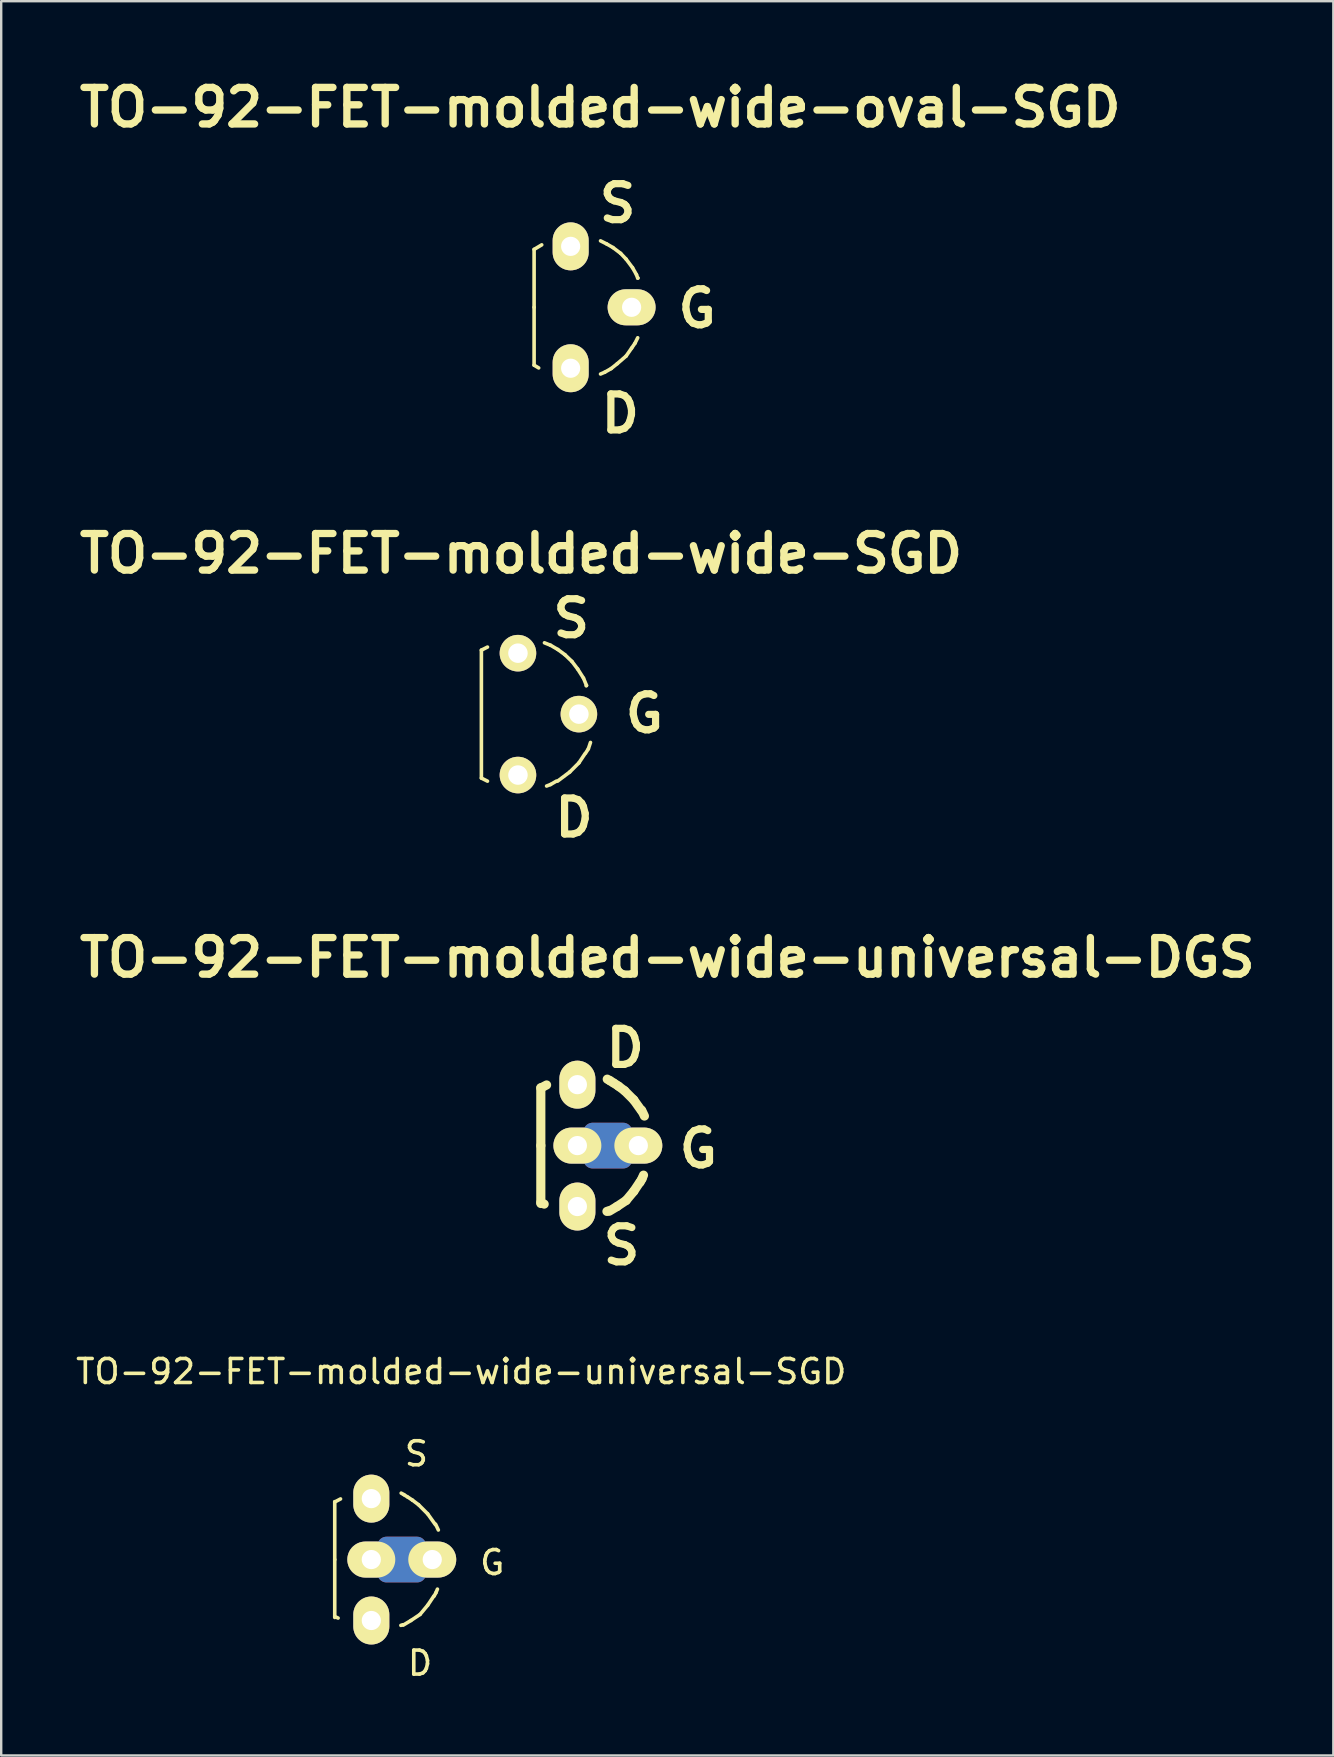
<source format=kicad_pcb>
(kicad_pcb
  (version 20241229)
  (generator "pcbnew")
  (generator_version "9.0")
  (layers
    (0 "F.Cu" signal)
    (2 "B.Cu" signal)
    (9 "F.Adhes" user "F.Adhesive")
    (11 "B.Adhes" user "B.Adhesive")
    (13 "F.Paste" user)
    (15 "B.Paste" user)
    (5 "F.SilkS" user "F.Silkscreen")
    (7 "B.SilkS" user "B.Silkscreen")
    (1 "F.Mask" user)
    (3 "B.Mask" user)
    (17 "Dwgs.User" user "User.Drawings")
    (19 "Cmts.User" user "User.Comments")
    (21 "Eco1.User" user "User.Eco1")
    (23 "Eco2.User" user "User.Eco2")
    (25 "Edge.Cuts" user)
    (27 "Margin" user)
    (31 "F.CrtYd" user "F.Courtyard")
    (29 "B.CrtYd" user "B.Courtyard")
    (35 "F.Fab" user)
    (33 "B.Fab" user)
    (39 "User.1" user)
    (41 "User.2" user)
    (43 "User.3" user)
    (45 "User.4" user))
  (footprint "TO-92-FET-molded-wide-SGD"
    (layer "F.Cu")
    (at 18.538 26.714)
    (property "Reference" "TO-92-FET-molded-wide-SGD" (at 0.127 -6.693 0) (layer "F.SilkS") (effects (font (size 1.524 1.524) (thickness 0.305))))
    (attr through_hole)
    (fp_line (start -1.524 -2.667) (end -1.524 2.667) (stroke (width 0.15) (type solid)) (layer "F.SilkS"))
    (fp_line (start -1.524 -2.667) (end -1.27 -2.794) (stroke (width 0.15) (type solid)) (layer "F.SilkS"))
    (fp_line (start -1.27 2.794) (end -1.524 2.667) (stroke (width 0.15) (type solid)) (layer "F.SilkS"))
    (fp_line (start 1.105 -2.972) (end 1.359 -2.87) (stroke (width 0.15) (type solid)) (layer "F.SilkS"))
    (fp_line (start 1.359 -2.87) (end 1.664 -2.692) (stroke (width 0.15) (type solid)) (layer "F.SilkS"))
    (fp_line (start 1.359 2.934) (end 1.194 2.997) (stroke (width 0.15) (type solid)) (layer "F.SilkS"))
    (fp_line (start 1.6 2.794) (end 1.359 2.934) (stroke (width 0.15) (type solid)) (layer "F.SilkS"))
    (fp_line (start 1.664 -2.692) (end 1.956 -2.477) (stroke (width 0.15) (type solid)) (layer "F.SilkS"))
    (fp_line (start 1.956 -2.477) (end 2.248 -2.197) (stroke (width 0.15) (type solid)) (layer "F.SilkS"))
    (fp_line (start 2.159 2.413) (end 1.651 2.794) (stroke (width 0.15) (type solid)) (layer "F.SilkS"))
    (fp_line (start 2.248 -2.197) (end 2.489 -1.88) (stroke (width 0.15) (type solid)) (layer "F.SilkS"))
    (fp_line (start 2.489 -1.88) (end 2.731 -1.499) (stroke (width 0.15) (type solid)) (layer "F.SilkS"))
    (fp_line (start 2.54 2.032) (end 2.159 2.413) (stroke (width 0.15) (type solid)) (layer "F.SilkS"))
    (fp_line (start 2.731 -1.499) (end 2.857 -1.194) (stroke (width 0.15) (type solid)) (layer "F.SilkS"))
    (fp_line (start 2.794 1.651) (end 2.54 2.032) (stroke (width 0.15) (type solid)) (layer "F.SilkS"))
    (fp_line (start 2.819 1.626) (end 2.934 1.448) (stroke (width 0.15) (type solid)) (layer "F.SilkS"))
    (fp_line (start 2.857 -1.194) (end 2.845 -1.181) (stroke (width 0.15) (type solid)) (layer "F.SilkS"))
    (fp_line (start 2.934 1.448) (end 3.023 1.181) (stroke (width 0.15) (type solid)) (layer "F.SilkS"))
    (fp_text user "S" (at 2.223 -3.988 0) (layer "F.SilkS") (effects (font (size 1.501 1.501) (thickness 0.3))))
    (fp_text user "G" (at 5.271 -0.025 0) (layer "F.SilkS") (effects (font (size 1.501 1.501) (thickness 0.3))))
    (fp_text user "D" (at 2.337 4.318 0) (layer "F.SilkS") (effects (font (size 1.501 1.501) (thickness 0.3))))
    (pad "D" thru_hole circle (at 0 2.54) (size 1.524 1.524) (drill 0.813) (layers "*.Cu" "*.Mask" "F.SilkS"))
    (pad "G" thru_hole circle (at 2.54 0) (size 1.524 1.524) (drill 0.813) (layers "*.Cu" "*.Mask" "F.SilkS"))
    (pad "S" thru_hole circle (at 0 -2.54) (size 1.524 1.524) (drill 0.813) (layers "*.Cu" "*.Mask" "F.SilkS")))
  (footprint "TO-92-FET-molded-wide-universal-DGS"
    (layer "F.Cu")
    (at 21.015 44.698)
    (property "Reference" "TO-92-FET-molded-wide-universal-DGS" (at 3.747 -7.836 0) (layer "F.SilkS") (effects (font (size 1.524 1.524) (thickness 0.305))))
    (attr through_hole)
    (fp_line (start 0.635 -0.572) (end 1.905 -0.572) (stroke (width 0.762) (type solid)) (layer "F.Cu"))
    (fp_line (start 0.635 0.572) (end 1.905 0.572) (stroke (width 0.762) (type solid)) (layer "F.Cu"))
    (fp_line (start 0.889 0) (end 1.524 0) (stroke (width 0.762) (type solid)) (layer "F.Cu"))
    (fp_line (start 0.635 -0.572) (end 1.905 -0.572) (stroke (width 0.762) (type solid)) (layer "B.Cu"))
    (fp_line (start 0.635 0.572) (end 1.905 0.572) (stroke (width 0.762) (type solid)) (layer "B.Cu"))
    (fp_line (start 0.889 0) (end 1.524 0) (stroke (width 0.762) (type solid)) (layer "B.Cu"))
    (fp_line (start -1.524 -2.4) (end -1.283 -2.527) (stroke (width 0.381) (type solid)) (layer "F.SilkS"))
    (fp_line (start -1.524 0) (end -1.524 -2.413) (stroke (width 0.381) (type solid)) (layer "F.SilkS"))
    (fp_line (start -1.524 0) (end -1.524 2.413) (stroke (width 0.381) (type solid)) (layer "F.SilkS"))
    (fp_line (start -1.524 2.375) (end -1.384 2.438) (stroke (width 0.381) (type solid)) (layer "F.SilkS"))
    (fp_line (start 1.308 2.718) (end 1.232 2.743) (stroke (width 0.381) (type solid)) (layer "F.SilkS"))
    (fp_line (start 1.359 -2.705) (end 1.245 -2.769) (stroke (width 0.381) (type solid)) (layer "F.SilkS"))
    (fp_line (start 1.499 -2.616) (end 1.359 -2.705) (stroke (width 0.381) (type solid)) (layer "F.SilkS"))
    (fp_line (start 1.524 -2.603) (end 1.714 -2.477) (stroke (width 0.381) (type solid)) (layer "F.SilkS"))
    (fp_line (start 1.651 2.54) (end 1.333 2.731) (stroke (width 0.381) (type solid)) (layer "F.SilkS"))
    (fp_line (start 1.714 -2.477) (end 1.968 -2.286) (stroke (width 0.381) (type solid)) (layer "F.SilkS"))
    (fp_line (start 1.968 -2.286) (end 2.349 -1.905) (stroke (width 0.381) (type solid)) (layer "F.SilkS"))
    (fp_line (start 2.032 2.286) (end 1.651 2.54) (stroke (width 0.381) (type solid)) (layer "F.SilkS"))
    (fp_line (start 2.349 -1.905) (end 2.667 -1.46) (stroke (width 0.381) (type solid)) (layer "F.SilkS"))
    (fp_line (start 2.349 1.905) (end 2.032 2.286) (stroke (width 0.381) (type solid)) (layer "F.SilkS"))
    (fp_line (start 2.603 1.524) (end 2.349 1.905) (stroke (width 0.381) (type solid)) (layer "F.SilkS"))
    (fp_line (start 2.616 1.524) (end 2.692 1.384) (stroke (width 0.381) (type solid)) (layer "F.SilkS"))
    (fp_line (start 2.68 -1.473) (end 2.794 -1.232) (stroke (width 0.381) (type solid)) (layer "F.SilkS"))
    (fp_line (start 2.692 1.384) (end 2.756 1.232) (stroke (width 0.381) (type solid)) (layer "F.SilkS"))
    (fp_text user "G" (at 5.042 0.127 0) (layer "F.SilkS") (effects (font (size 1.501 1.501) (thickness 0.3))))
    (fp_text user "D" (at 1.994 -4.064 0) (layer "F.SilkS") (effects (font (size 1.501 1.501) (thickness 0.3))))
    (fp_text user "S" (at 1.841 4.166 0) (layer "F.SilkS") (effects (font (size 1.501 1.501) (thickness 0.3))))
    (pad "D" thru_hole oval (at 0 -2.54) (size 1.501 1.999) (drill 0.8) (layers "*.Cu" "*.Mask" "F.SilkS"))
    (pad "G" thru_hole oval (at 0 0 90) (size 1.501 1.999) (drill 0.8) (layers "*.Cu" "*.Mask" "F.SilkS"))
    (pad "G" thru_hole oval (at 2.54 0) (size 1.999 1.501) (drill 0.8) (layers "*.Cu" "*.Mask" "F.SilkS" "F.Paste"))
    (pad "S" thru_hole oval (at 0 2.54) (size 1.501 1.999) (drill 0.8) (layers "*.Cu" "*.Mask" "F.SilkS")))
  (footprint "TO-92-FET-molded-wide-universal-SGD"
    (layer "F.Cu")
    (at 12.426 61.952)
    (property "Reference" "TO-92-FET-molded-wide-universal-SGD" (at 3.747 -7.836 0) (layer "F.SilkS") (effects (font (size 1 1) (thickness 0.15))))
    (attr through_hole)
    (fp_line (start 0.635 -0.572) (end 1.905 -0.572) (stroke (width 0.762) (type solid)) (layer "F.Cu"))
    (fp_line (start 0.635 0.572) (end 1.905 0.572) (stroke (width 0.762) (type solid)) (layer "F.Cu"))
    (fp_line (start 0.889 0) (end 1.524 0) (stroke (width 0.762) (type solid)) (layer "F.Cu"))
    (fp_line (start 0.635 -0.572) (end 1.905 -0.572) (stroke (width 0.762) (type solid)) (layer "B.Cu"))
    (fp_line (start 0.635 0.572) (end 1.905 0.572) (stroke (width 0.762) (type solid)) (layer "B.Cu"))
    (fp_line (start 0.889 0) (end 1.524 0) (stroke (width 0.762) (type solid)) (layer "B.Cu"))
    (fp_line (start -1.524 -2.4) (end -1.283 -2.527) (stroke (width 0.15) (type solid)) (layer "F.SilkS"))
    (fp_line (start -1.524 0) (end -1.524 -2.413) (stroke (width 0.15) (type solid)) (layer "F.SilkS"))
    (fp_line (start -1.524 0) (end -1.524 2.413) (stroke (width 0.15) (type solid)) (layer "F.SilkS"))
    (fp_line (start -1.524 2.375) (end -1.384 2.438) (stroke (width 0.15) (type solid)) (layer "F.SilkS"))
    (fp_line (start 1.308 2.718) (end 1.232 2.743) (stroke (width 0.15) (type solid)) (layer "F.SilkS"))
    (fp_line (start 1.359 -2.705) (end 1.245 -2.769) (stroke (width 0.15) (type solid)) (layer "F.SilkS"))
    (fp_line (start 1.499 -2.616) (end 1.359 -2.705) (stroke (width 0.15) (type solid)) (layer "F.SilkS"))
    (fp_line (start 1.524 -2.603) (end 1.714 -2.477) (stroke (width 0.15) (type solid)) (layer "F.SilkS"))
    (fp_line (start 1.651 2.54) (end 1.333 2.731) (stroke (width 0.15) (type solid)) (layer "F.SilkS"))
    (fp_line (start 1.714 -2.477) (end 1.968 -2.286) (stroke (width 0.15) (type solid)) (layer "F.SilkS"))
    (fp_line (start 1.968 -2.286) (end 2.349 -1.905) (stroke (width 0.15) (type solid)) (layer "F.SilkS"))
    (fp_line (start 2.032 2.286) (end 1.651 2.54) (stroke (width 0.15) (type solid)) (layer "F.SilkS"))
    (fp_line (start 2.349 -1.905) (end 2.667 -1.46) (stroke (width 0.15) (type solid)) (layer "F.SilkS"))
    (fp_line (start 2.349 1.905) (end 2.032 2.286) (stroke (width 0.15) (type solid)) (layer "F.SilkS"))
    (fp_line (start 2.603 1.524) (end 2.349 1.905) (stroke (width 0.15) (type solid)) (layer "F.SilkS"))
    (fp_line (start 2.616 1.524) (end 2.692 1.384) (stroke (width 0.15) (type solid)) (layer "F.SilkS"))
    (fp_line (start 2.68 -1.473) (end 2.794 -1.232) (stroke (width 0.15) (type solid)) (layer "F.SilkS"))
    (fp_line (start 2.692 1.384) (end 2.756 1.232) (stroke (width 0.15) (type solid)) (layer "F.SilkS"))
    (fp_text user "S" (at 1.88 -4.407 0) (layer "F.SilkS") (effects (font (size 1 1) (thickness 0.15))))
    (fp_text user "G" (at 5.042 0.127 0) (layer "F.SilkS") (effects (font (size 1 1) (thickness 0.15))))
    (fp_text user "D" (at 2.032 4.318 0) (layer "F.SilkS") (effects (font (size 1 1) (thickness 0.15))))
    (pad "D" thru_hole oval (at 0 2.54) (size 1.501 1.999) (drill 0.8) (layers "*.Cu" "*.Mask" "F.SilkS"))
    (pad "G" thru_hole oval (at 0 0 90) (size 1.501 1.999) (drill 0.8) (layers "*.Cu" "*.Mask" "F.SilkS"))
    (pad "G" thru_hole oval (at 2.54 0) (size 1.999 1.501) (drill 0.8) (layers "*.Cu" "*.Mask" "F.SilkS" "F.Paste"))
    (pad "S" thru_hole oval (at 0 -2.54) (size 1.501 1.999) (drill 0.8) (layers "*.Cu" "*.Mask" "F.SilkS")))
  (footprint "TO-92-FET-molded-wide-oval-SGD"
    (layer "F.Cu")
    (at 20.735 9.758)
    (property "Reference" "TO-92-FET-molded-wide-oval-SGD" (at 1.232 -8.331 0) (layer "F.SilkS") (effects (font (size 1.524 1.524) (thickness 0.305))))
    (attr through_hole)
    (fp_line (start -1.524 -2.413) (end -1.206 -2.603) (stroke (width 0.15) (type solid)) (layer "F.SilkS"))
    (fp_line (start -1.524 0) (end -1.524 -2.413) (stroke (width 0.15) (type solid)) (layer "F.SilkS"))
    (fp_line (start -1.524 0) (end -1.524 2.413) (stroke (width 0.15) (type solid)) (layer "F.SilkS"))
    (fp_line (start -1.524 2.413) (end -1.333 2.527) (stroke (width 0.15) (type solid)) (layer "F.SilkS"))
    (fp_line (start 1.245 -2.769) (end 1.499 -2.642) (stroke (width 0.15) (type solid)) (layer "F.SilkS"))
    (fp_line (start 1.422 2.705) (end 1.245 2.781) (stroke (width 0.15) (type solid)) (layer "F.SilkS"))
    (fp_line (start 1.499 -2.642) (end 1.765 -2.489) (stroke (width 0.15) (type solid)) (layer "F.SilkS"))
    (fp_line (start 1.689 2.553) (end 1.422 2.705) (stroke (width 0.15) (type solid)) (layer "F.SilkS"))
    (fp_line (start 1.765 -2.489) (end 2.083 -2.248) (stroke (width 0.15) (type solid)) (layer "F.SilkS"))
    (fp_line (start 1.943 2.349) (end 1.689 2.553) (stroke (width 0.15) (type solid)) (layer "F.SilkS"))
    (fp_line (start 2.083 -2.248) (end 2.311 -2.007) (stroke (width 0.15) (type solid)) (layer "F.SilkS"))
    (fp_line (start 2.311 -2.007) (end 2.578 -1.651) (stroke (width 0.15) (type solid)) (layer "F.SilkS"))
    (fp_line (start 2.311 2.032) (end 1.943 2.349) (stroke (width 0.15) (type solid)) (layer "F.SilkS"))
    (fp_line (start 2.54 1.702) (end 2.311 2.032) (stroke (width 0.15) (type solid)) (layer "F.SilkS"))
    (fp_line (start 2.578 -1.651) (end 2.743 -1.359) (stroke (width 0.15) (type solid)) (layer "F.SilkS"))
    (fp_line (start 2.68 1.499) (end 2.54 1.702) (stroke (width 0.15) (type solid)) (layer "F.SilkS"))
    (fp_line (start 2.743 -1.359) (end 2.794 -1.219) (stroke (width 0.15) (type solid)) (layer "F.SilkS"))
    (fp_line (start 2.794 -1.219) (end 2.807 -1.219) (stroke (width 0.15) (type solid)) (layer "F.SilkS"))
    (fp_line (start 2.794 1.27) (end 2.68 1.499) (stroke (width 0.15) (type solid)) (layer "F.SilkS"))
    (fp_text user "G" (at 5.271 0.051 0) (layer "F.SilkS") (effects (font (size 1.501 1.501) (thickness 0.3))))
    (fp_text user "S" (at 1.956 -4.331 0) (layer "F.SilkS") (effects (font (size 1.501 1.501) (thickness 0.3))))
    (fp_text user "D" (at 2.07 4.432 0) (layer "F.SilkS") (effects (font (size 1.501 1.501) (thickness 0.3))))
    (pad "D" thru_hole oval (at 0 2.54) (size 1.501 1.999) (drill 0.8) (layers "*.Cu" "*.Mask" "F.SilkS"))
    (pad "G" thru_hole oval (at 2.54 0) (size 1.999 1.501) (drill 0.8) (layers "*.Cu" "*.Mask" "F.SilkS"))
    (pad "S" thru_hole oval (at 0 -2.54) (size 1.501 1.999) (drill 0.8) (layers "*.Cu" "*.Mask" "F.SilkS")))
  (gr_rect
    (start -3 -3)
    (end 52.523 70.118)
    (stroke (width 0.1) (type default))
    (fill no)
    (layer "Edge.Cuts")))
</source>
